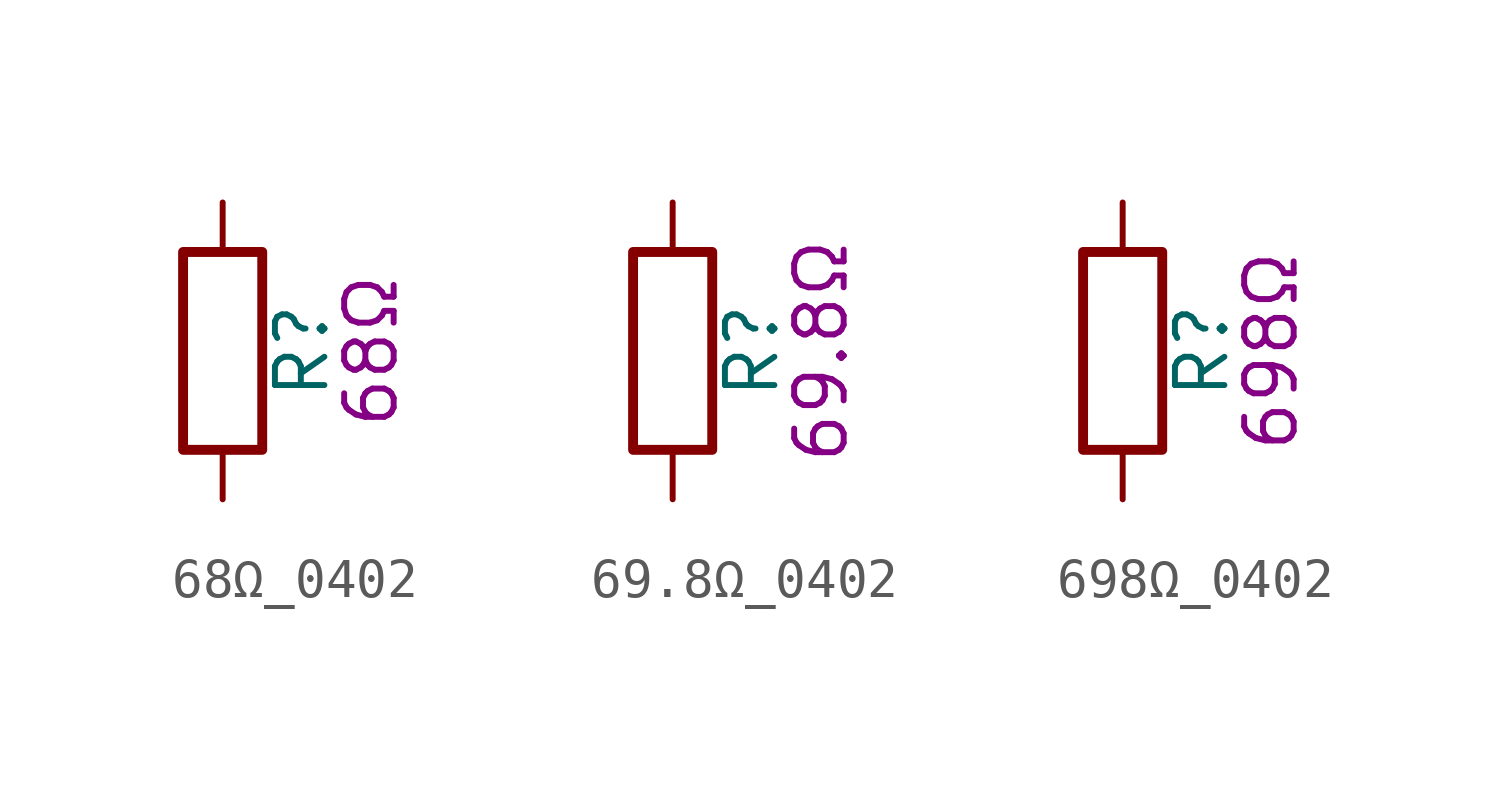
<source format=kicad_sym>
(kicad_symbol_lib
  (version 20211014)
  (generator kicad_symbol_editor)
  (symbol "68Ω_0402"
    (pin_numbers hide)
    (pin_names
      (offset 0))
    (property "Reference" "R"
      (at 2.032 0 90)
      (effects (font (size 1.27 1.27))))
    (property "Display" "68Ω"
      (at 3.81 0 90)
      (effects (font (size 1.27 1.27))))
    (symbol "68Ω_0402_0_1"
      (rectangle (start -1.016 -2.54) (end 1.016 2.54) (stroke (width 0.254) (type default) (color 0 0 0 0)) (fill (type none))))
    (symbol "68Ω_0402_1_1"
      (pin passive line (at 0 3.81 270) (length 1.27) (name "~" (effects (font (size 1.27 1.27)))) (number "1" (effects (font (size 1.27 1.27)))))
      (pin passive line (at 0 -3.81 90) (length 1.27) (name "~" (effects (font (size 1.27 1.27)))) (number "2" (effects (font (size 1.27 1.27)))))))
  (symbol "69.8Ω_0402"
    (pin_numbers hide)
    (pin_names
      (offset 0))
    (property "Reference" "R"
      (at 2.032 0 90)
      (effects (font (size 1.27 1.27))))
    (property "Display" "69.8Ω"
      (at 3.81 0 90)
      (effects (font (size 1.27 1.27))))
    (symbol "69.8Ω_0402_0_1"
      (rectangle (start -1.016 -2.54) (end 1.016 2.54) (stroke (width 0.254) (type default) (color 0 0 0 0)) (fill (type none))))
    (symbol "69.8Ω_0402_1_1"
      (pin passive line (at 0 3.81 270) (length 1.27) (name "~" (effects (font (size 1.27 1.27)))) (number "1" (effects (font (size 1.27 1.27)))))
      (pin passive line (at 0 -3.81 90) (length 1.27) (name "~" (effects (font (size 1.27 1.27)))) (number "2" (effects (font (size 1.27 1.27)))))))
  (symbol "698Ω_0402"
    (pin_numbers hide)
    (pin_names
      (offset 0))
    (property "Reference" "R"
      (at 2.032 0 90)
      (effects (font (size 1.27 1.27))))
    (property "Display" "698Ω"
      (at 3.81 0 90)
      (effects (font (size 1.27 1.27))))
    (symbol "698Ω_0402_0_1"
      (rectangle (start -1.016 -2.54) (end 1.016 2.54) (stroke (width 0.254) (type default) (color 0 0 0 0)) (fill (type none))))
    (symbol "698Ω_0402_1_1"
      (pin passive line (at 0 3.81 270) (length 1.27) (name "~" (effects (font (size 1.27 1.27)))) (number "1" (effects (font (size 1.27 1.27)))))
      (pin passive line (at 0 -3.81 90) (length 1.27) (name "~" (effects (font (size 1.27 1.27)))) (number "2" (effects (font (size 1.27 1.27))))))))
</source>
